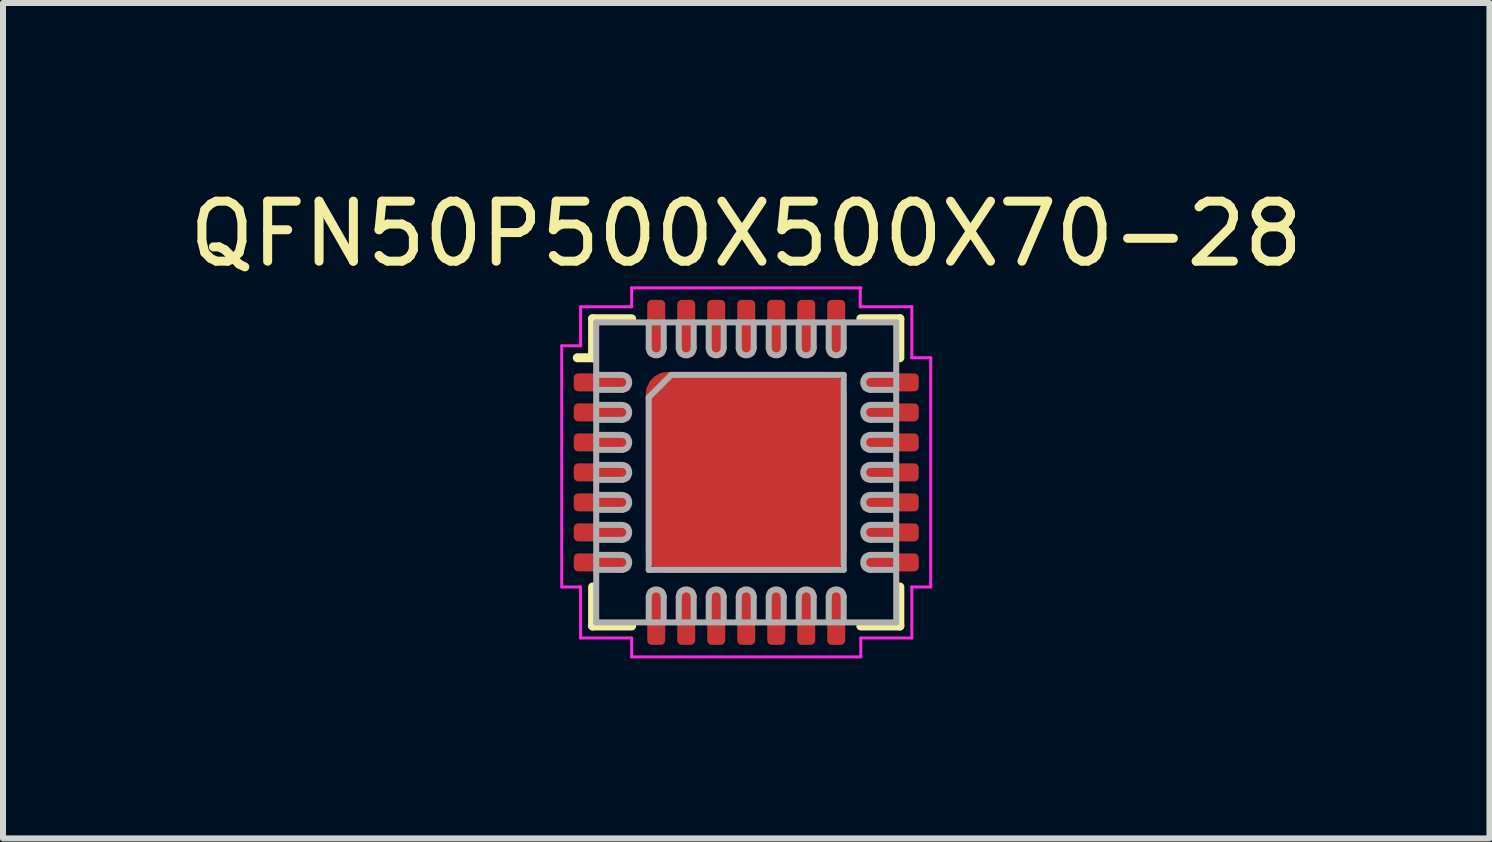
<source format=kicad_pcb>
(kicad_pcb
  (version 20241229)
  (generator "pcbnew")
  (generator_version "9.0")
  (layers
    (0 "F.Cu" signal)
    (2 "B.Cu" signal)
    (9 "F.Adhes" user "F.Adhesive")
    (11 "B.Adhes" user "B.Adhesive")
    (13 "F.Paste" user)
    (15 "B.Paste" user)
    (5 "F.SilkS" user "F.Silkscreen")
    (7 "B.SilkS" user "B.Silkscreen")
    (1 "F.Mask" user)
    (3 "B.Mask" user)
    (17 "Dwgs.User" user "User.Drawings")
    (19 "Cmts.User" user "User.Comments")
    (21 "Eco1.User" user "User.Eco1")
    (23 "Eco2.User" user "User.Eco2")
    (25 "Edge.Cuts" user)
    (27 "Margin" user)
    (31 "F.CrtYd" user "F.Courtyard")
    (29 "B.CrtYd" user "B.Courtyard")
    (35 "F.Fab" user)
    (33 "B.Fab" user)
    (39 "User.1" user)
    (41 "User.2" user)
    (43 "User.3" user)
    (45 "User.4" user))
  (footprint "QFN50P500X500X70-28"
    (layer "F.Cu")
    (at 9.387 4.823)
    (property "Reference" "QFN50P500X500X70-28" (at 0 -3.975 0) (unlocked yes) (layer "F.SilkS") (effects (font (size 1 1) (thickness 0.15))))
    (attr smd)
    (fp_line (start -2.56 -1.91) (end -2.815 -1.91) (stroke (width 0.15) (type default)) (layer "F.SilkS"))
    (fp_line (start -2.56 -1.91) (end -2.56 -2.56) (stroke (width 0.15) (type default)) (layer "F.SilkS"))
    (fp_line (start -2.56 2.56) (end -2.56 1.91) (stroke (width 0.15) (type default)) (layer "F.SilkS"))
    (fp_line (start -2.56 2.56) (end -1.91 2.56) (stroke (width 0.15) (type default)) (layer "F.SilkS"))
    (fp_line (start -1.91 -2.56) (end -2.56 -2.56) (stroke (width 0.15) (type default)) (layer "F.SilkS"))
    (fp_line (start 1.91 -2.56) (end 2.56 -2.56) (stroke (width 0.15) (type default)) (layer "F.SilkS"))
    (fp_line (start 1.91 2.56) (end 2.56 2.56) (stroke (width 0.15) (type default)) (layer "F.SilkS"))
    (fp_line (start 2.56 -1.91) (end 2.56 -2.56) (stroke (width 0.15) (type default)) (layer "F.SilkS"))
    (fp_line (start 2.56 2.56) (end 2.56 1.91) (stroke (width 0.15) (type default)) (layer "F.SilkS"))
    (fp_rect (start -1.475 -0.75) (end -0.775 -1.45) (stroke (width 0.1) (type solid)) (fill yes) (layer "F.Paste"))
    (fp_rect (start -1.45 0.35) (end -0.75 -0.35) (stroke (width 0.1) (type solid)) (fill yes) (layer "F.Paste"))
    (fp_rect (start -1.425 1.45) (end -0.725 0.75) (stroke (width 0.1) (type solid)) (fill yes) (layer "F.Paste"))
    (fp_rect (start -0.375 -0.75) (end 0.325 -1.45) (stroke (width 0.1) (type solid)) (fill yes) (layer "F.Paste"))
    (fp_rect (start -0.35 0.35) (end 0.35 -0.35) (stroke (width 0.1) (type solid)) (fill yes) (layer "F.Paste"))
    (fp_rect (start -0.325 1.45) (end 0.375 0.75) (stroke (width 0.1) (type solid)) (fill yes) (layer "F.Paste"))
    (fp_rect (start 0.725 -0.75) (end 1.425 -1.45) (stroke (width 0.1) (type solid)) (fill yes) (layer "F.Paste"))
    (fp_rect (start 0.75 0.35) (end 1.45 -0.35) (stroke (width 0.1) (type solid)) (fill yes) (layer "F.Paste"))
    (fp_rect (start 0.775 1.45) (end 1.475 0.75) (stroke (width 0.1) (type solid)) (fill yes) (layer "F.Paste"))
    (fp_line (start -3.075 -2.11) (end -3.075 1.91) (stroke (width 0.05) (type default)) (layer "F.CrtYd"))
    (fp_line (start -3.075 -2.11) (end -2.76 -2.11) (stroke (width 0.05) (type default)) (layer "F.CrtYd"))
    (fp_line (start -3.075 1.91) (end -2.76 1.91) (stroke (width 0.05) (type default)) (layer "F.CrtYd"))
    (fp_line (start -2.76 -2.76) (end -2.76 -2.11) (stroke (width 0.05) (type default)) (layer "F.CrtYd"))
    (fp_line (start -2.76 -2.76) (end -1.91 -2.76) (stroke (width 0.05) (type default)) (layer "F.CrtYd"))
    (fp_line (start -2.76 2.76) (end -2.76 1.91) (stroke (width 0.05) (type default)) (layer "F.CrtYd"))
    (fp_line (start -2.76 2.76) (end -1.91 2.76) (stroke (width 0.05) (type default)) (layer "F.CrtYd"))
    (fp_line (start -1.91 -3.075) (end 1.91 -3.075) (stroke (width 0.05) (type default)) (layer "F.CrtYd"))
    (fp_line (start -1.91 -2.76) (end -1.91 -3.075) (stroke (width 0.05) (type default)) (layer "F.CrtYd"))
    (fp_line (start -1.91 2.76) (end -1.91 3.075) (stroke (width 0.05) (type default)) (layer "F.CrtYd"))
    (fp_line (start 1.9 -2.76) (end 1.9 -3.075) (stroke (width 0.05) (type default)) (layer "F.CrtYd"))
    (fp_line (start 1.91 3.075) (end -1.91 3.075) (stroke (width 0.05) (type default)) (layer "F.CrtYd"))
    (fp_line (start 1.91 3.075) (end 1.91 2.76) (stroke (width 0.05) (type default)) (layer "F.CrtYd"))
    (fp_line (start 2.76 -2.76) (end 1.9 -2.76) (stroke (width 0.05) (type default)) (layer "F.CrtYd"))
    (fp_line (start 2.76 -2.76) (end 2.76 -1.91) (stroke (width 0.05) (type default)) (layer "F.CrtYd"))
    (fp_line (start 2.76 1.91) (end 2.76 2.76) (stroke (width 0.05) (type default)) (layer "F.CrtYd"))
    (fp_line (start 2.76 1.91) (end 3.075 1.91) (stroke (width 0.05) (type default)) (layer "F.CrtYd"))
    (fp_line (start 2.76 2.76) (end 1.91 2.76) (stroke (width 0.05) (type default)) (layer "F.CrtYd"))
    (fp_line (start 3.075 -1.91) (end 2.76 -1.91) (stroke (width 0.05) (type default)) (layer "F.CrtYd"))
    (fp_line (start 3.075 -1.91) (end 3.075 1.91) (stroke (width 0.05) (type default)) (layer "F.CrtYd"))
    (fp_line (start -2.5 -2.5) (end 2.5 -2.5) (stroke (width 0.1) (type default)) (layer "F.Fab"))
    (fp_line (start -2.5 -1.625) (end -2.08 -1.625) (stroke (width 0.1) (type default)) (layer "F.Fab"))
    (fp_line (start -2.5 -1.375) (end -2.07 -1.375) (stroke (width 0.1) (type default)) (layer "F.Fab"))
    (fp_line (start -2.5 -1.125) (end -2.08 -1.125) (stroke (width 0.1) (type default)) (layer "F.Fab"))
    (fp_line (start -2.5 -0.875) (end -2.07 -0.875) (stroke (width 0.1) (type default)) (layer "F.Fab"))
    (fp_line (start -2.5 -0.625) (end -2.08 -0.625) (stroke (width 0.1) (type default)) (layer "F.Fab"))
    (fp_line (start -2.5 -0.375) (end -2.07 -0.375) (stroke (width 0.1) (type default)) (layer "F.Fab"))
    (fp_line (start -2.5 -0.125) (end -2.08 -0.125) (stroke (width 0.1) (type default)) (layer "F.Fab"))
    (fp_line (start -2.5 0.125) (end -2.07 0.125) (stroke (width 0.1) (type default)) (layer "F.Fab"))
    (fp_line (start -2.5 0.375) (end -2.08 0.375) (stroke (width 0.1) (type default)) (layer "F.Fab"))
    (fp_line (start -2.5 0.625) (end -2.07 0.625) (stroke (width 0.1) (type default)) (layer "F.Fab"))
    (fp_line (start -2.5 0.875) (end -2.08 0.875) (stroke (width 0.1) (type default)) (layer "F.Fab"))
    (fp_line (start -2.5 1.125) (end -2.07 1.125) (stroke (width 0.1) (type default)) (layer "F.Fab"))
    (fp_line (start -2.5 1.375) (end -2.08 1.375) (stroke (width 0.1) (type default)) (layer "F.Fab"))
    (fp_line (start -2.5 1.625) (end -2.07 1.625) (stroke (width 0.1) (type default)) (layer "F.Fab"))
    (fp_line (start -2.5 2.5) (end -2.5 -2.5) (stroke (width 0.1) (type default)) (layer "F.Fab"))
    (fp_line (start -2.5 2.5) (end 2.5 2.5) (stroke (width 0.1) (type default)) (layer "F.Fab"))
    (fp_line (start -1.625 -2.5) (end -1.625 -2.07) (stroke (width 0.1) (type default)) (layer "F.Fab"))
    (fp_line (start -1.625 -1.25) (end -1.625 1.625) (stroke (width 0.1) (type default)) (layer "F.Fab"))
    (fp_line (start -1.625 -1.25) (end -1.255 -1.62) (stroke (width 0.1) (type default)) (layer "F.Fab"))
    (fp_line (start -1.625 1.625) (end 1.625 1.625) (stroke (width 0.1) (type default)) (layer "F.Fab"))
    (fp_line (start -1.625 2.5) (end -1.625 2.08) (stroke (width 0.1) (type default)) (layer "F.Fab"))
    (fp_line (start -1.375 -2.5) (end -1.375 -2.08) (stroke (width 0.1) (type default)) (layer "F.Fab"))
    (fp_line (start -1.375 2.5) (end -1.375 2.07) (stroke (width 0.1) (type default)) (layer "F.Fab"))
    (fp_line (start -1.25 -1.625) (end 1.625 -1.625) (stroke (width 0.1) (type default)) (layer "F.Fab"))
    (fp_line (start -1.125 -2.5) (end -1.125 -2.07) (stroke (width 0.1) (type default)) (layer "F.Fab"))
    (fp_line (start -1.125 2.5) (end -1.125 2.08) (stroke (width 0.1) (type default)) (layer "F.Fab"))
    (fp_line (start -0.875 -2.5) (end -0.875 -2.08) (stroke (width 0.1) (type default)) (layer "F.Fab"))
    (fp_line (start -0.875 2.5) (end -0.875 2.07) (stroke (width 0.1) (type default)) (layer "F.Fab"))
    (fp_line (start -0.625 -2.5) (end -0.625 -2.07) (stroke (width 0.1) (type default)) (layer "F.Fab"))
    (fp_line (start -0.625 2.5) (end -0.625 2.08) (stroke (width 0.1) (type default)) (layer "F.Fab"))
    (fp_line (start -0.375 -2.5) (end -0.375 -2.08) (stroke (width 0.1) (type default)) (layer "F.Fab"))
    (fp_line (start -0.375 2.5) (end -0.375 2.07) (stroke (width 0.1) (type default)) (layer "F.Fab"))
    (fp_line (start -0.125 -2.5) (end -0.125 -2.07) (stroke (width 0.1) (type default)) (layer "F.Fab"))
    (fp_line (start -0.125 2.5) (end -0.125 2.08) (stroke (width 0.1) (type default)) (layer "F.Fab"))
    (fp_line (start 0.125 -2.5) (end 0.125 -2.08) (stroke (width 0.1) (type default)) (layer "F.Fab"))
    (fp_line (start 0.125 2.5) (end 0.125 2.07) (stroke (width 0.1) (type default)) (layer "F.Fab"))
    (fp_line (start 0.375 -2.5) (end 0.375 -2.07) (stroke (width 0.1) (type default)) (layer "F.Fab"))
    (fp_line (start 0.375 2.5) (end 0.375 2.08) (stroke (width 0.1) (type default)) (layer "F.Fab"))
    (fp_line (start 0.625 -2.5) (end 0.625 -2.08) (stroke (width 0.1) (type default)) (layer "F.Fab"))
    (fp_line (start 0.625 2.5) (end 0.625 2.07) (stroke (width 0.1) (type default)) (layer "F.Fab"))
    (fp_line (start 0.875 -2.5) (end 0.875 -2.07) (stroke (width 0.1) (type default)) (layer "F.Fab"))
    (fp_line (start 0.875 2.5) (end 0.875 2.08) (stroke (width 0.1) (type default)) (layer "F.Fab"))
    (fp_line (start 1.125 -2.5) (end 1.125 -2.08) (stroke (width 0.1) (type default)) (layer "F.Fab"))
    (fp_line (start 1.125 2.5) (end 1.125 2.07) (stroke (width 0.1) (type default)) (layer "F.Fab"))
    (fp_line (start 1.375 -2.5) (end 1.375 -2.07) (stroke (width 0.1) (type default)) (layer "F.Fab"))
    (fp_line (start 1.375 2.5) (end 1.375 2.08) (stroke (width 0.1) (type default)) (layer "F.Fab"))
    (fp_line (start 1.625 -2.5) (end 1.625 -2.08) (stroke (width 0.1) (type default)) (layer "F.Fab"))
    (fp_line (start 1.625 -1.625) (end 1.625 1.625) (stroke (width 0.1) (type default)) (layer "F.Fab"))
    (fp_line (start 1.625 2.5) (end 1.625 2.07) (stroke (width 0.1) (type default)) (layer "F.Fab"))
    (fp_line (start 2.5 -1.625) (end 2.07 -1.625) (stroke (width 0.1) (type default)) (layer "F.Fab"))
    (fp_line (start 2.5 -1.375) (end 2.08 -1.375) (stroke (width 0.1) (type default)) (layer "F.Fab"))
    (fp_line (start 2.5 -1.125) (end 2.07 -1.125) (stroke (width 0.1) (type default)) (layer "F.Fab"))
    (fp_line (start 2.5 -0.875) (end 2.08 -0.875) (stroke (width 0.1) (type default)) (layer "F.Fab"))
    (fp_line (start 2.5 -0.625) (end 2.07 -0.625) (stroke (width 0.1) (type default)) (layer "F.Fab"))
    (fp_line (start 2.5 -0.375) (end 2.08 -0.375) (stroke (width 0.1) (type default)) (layer "F.Fab"))
    (fp_line (start 2.5 -0.125) (end 2.07 -0.125) (stroke (width 0.1) (type default)) (layer "F.Fab"))
    (fp_line (start 2.5 0.125) (end 2.08 0.125) (stroke (width 0.1) (type default)) (layer "F.Fab"))
    (fp_line (start 2.5 0.375) (end 2.07 0.375) (stroke (width 0.1) (type default)) (layer "F.Fab"))
    (fp_line (start 2.5 0.625) (end 2.08 0.625) (stroke (width 0.1) (type default)) (layer "F.Fab"))
    (fp_line (start 2.5 0.875) (end 2.07 0.875) (stroke (width 0.1) (type default)) (layer "F.Fab"))
    (fp_line (start 2.5 1.125) (end 2.08 1.125) (stroke (width 0.1) (type default)) (layer "F.Fab"))
    (fp_line (start 2.5 1.375) (end 2.07 1.375) (stroke (width 0.1) (type default)) (layer "F.Fab"))
    (fp_line (start 2.5 1.625) (end 2.08 1.625) (stroke (width 0.1) (type default)) (layer "F.Fab"))
    (fp_line (start 2.5 2.5) (end 2.5 -2.5) (stroke (width 0.1) (type default)) (layer "F.Fab"))
    (fp_arc (start -2.075 -1.625) (mid -1.95 -1.5) (end -2.075 -1.375) (stroke (width 0.1) (type default)) (layer "F.Fab"))
    (fp_arc (start -2.075 -1.125) (mid -1.95 -1) (end -2.075 -0.875) (stroke (width 0.1) (type default)) (layer "F.Fab"))
    (fp_arc (start -2.075 -0.625) (mid -1.95 -0.5) (end -2.075 -0.375) (stroke (width 0.1) (type default)) (layer "F.Fab"))
    (fp_arc (start -2.075 -0.125) (mid -1.95 0) (end -2.075 0.125) (stroke (width 0.1) (type default)) (layer "F.Fab"))
    (fp_arc (start -2.075 0.375) (mid -1.95 0.5) (end -2.075 0.625) (stroke (width 0.1) (type default)) (layer "F.Fab"))
    (fp_arc (start -2.075 0.875) (mid -1.95 1) (end -2.075 1.125) (stroke (width 0.1) (type default)) (layer "F.Fab"))
    (fp_arc (start -2.075 1.375) (mid -1.95 1.5) (end -2.075 1.625) (stroke (width 0.1) (type default)) (layer "F.Fab"))
    (fp_arc (start -1.625 2.075) (mid -1.5 1.95) (end -1.375 2.075) (stroke (width 0.1) (type default)) (layer "F.Fab"))
    (fp_arc (start -1.375 -2.075) (mid -1.5 -1.95) (end -1.625 -2.075) (stroke (width 0.1) (type default)) (layer "F.Fab"))
    (fp_arc (start -1.125 2.075) (mid -1 1.95) (end -0.875 2.075) (stroke (width 0.1) (type default)) (layer "F.Fab"))
    (fp_arc (start -0.875 -2.075) (mid -1 -1.95) (end -1.125 -2.075) (stroke (width 0.1) (type default)) (layer "F.Fab"))
    (fp_arc (start -0.625 2.075) (mid -0.5 1.95) (end -0.375 2.075) (stroke (width 0.1) (type default)) (layer "F.Fab"))
    (fp_arc (start -0.375 -2.075) (mid -0.5 -1.95) (end -0.625 -2.075) (stroke (width 0.1) (type default)) (layer "F.Fab"))
    (fp_arc (start -0.125 2.075) (mid 0 1.95) (end 0.125 2.075) (stroke (width 0.1) (type default)) (layer "F.Fab"))
    (fp_arc (start 0.125 -2.075) (mid 0 -1.95) (end -0.125 -2.075) (stroke (width 0.1) (type default)) (layer "F.Fab"))
    (fp_arc (start 0.375 2.075) (mid 0.5 1.95) (end 0.625 2.075) (stroke (width 0.1) (type default)) (layer "F.Fab"))
    (fp_arc (start 0.625 -2.075) (mid 0.5 -1.95) (end 0.375 -2.075) (stroke (width 0.1) (type default)) (layer "F.Fab"))
    (fp_arc (start 0.875 2.075) (mid 1 1.95) (end 1.125 2.075) (stroke (width 0.1) (type default)) (layer "F.Fab"))
    (fp_arc (start 1.125 -2.075) (mid 1 -1.95) (end 0.875 -2.075) (stroke (width 0.1) (type default)) (layer "F.Fab"))
    (fp_arc (start 1.375 2.075) (mid 1.5 1.95) (end 1.625 2.075) (stroke (width 0.1) (type default)) (layer "F.Fab"))
    (fp_arc (start 1.625 -2.075) (mid 1.5 -1.95) (end 1.375 -2.075) (stroke (width 0.1) (type default)) (layer "F.Fab"))
    (fp_arc (start 2.075 -1.375) (mid 1.95 -1.5) (end 2.075 -1.625) (stroke (width 0.1) (type default)) (layer "F.Fab"))
    (fp_arc (start 2.075 -0.875) (mid 1.95 -1) (end 2.075 -1.125) (stroke (width 0.1) (type default)) (layer "F.Fab"))
    (fp_arc (start 2.075 -0.375) (mid 1.95 -0.5) (end 2.075 -0.625) (stroke (width 0.1) (type default)) (layer "F.Fab"))
    (fp_arc (start 2.075 0.125) (mid 1.95 0) (end 2.075 -0.125) (stroke (width 0.1) (type default)) (layer "F.Fab"))
    (fp_arc (start 2.075 0.625) (mid 1.95 0.5) (end 2.075 0.375) (stroke (width 0.1) (type default)) (layer "F.Fab"))
    (fp_arc (start 2.075 1.125) (mid 1.95 1) (end 2.075 0.875) (stroke (width 0.1) (type default)) (layer "F.Fab"))
    (fp_arc (start 2.075 1.625) (mid 1.95 1.5) (end 2.075 1.375) (stroke (width 0.1) (type default)) (layer "F.Fab"))
    (fp_line (start -2.5 -2.5) (end -2.5 2.5) (stroke (width 0.1) (type default)) (layer "User.2"))
    (fp_line (start -2.5 2.5) (end 2.5 2.5) (stroke (width 0.1) (type default)) (layer "User.2"))
    (fp_line (start -0.35 0) (end 0.35 0) (stroke (width 0.1) (type default)) (layer "User.2"))
    (fp_line (start 0 0.35) (end 0 -0.35) (stroke (width 0.1) (type default)) (layer "User.2"))
    (fp_line (start 2.5 -2.5) (end -2.5 -2.5) (stroke (width 0.1) (type default)) (layer "User.2"))
    (fp_line (start 2.5 2.5) (end 2.5 -2.5) (stroke (width 0.1) (type default)) (layer "User.2"))
    (fp_circle (center 0 0) (end 0 0.25) (stroke (width 0.1) (type default)) (fill no) (layer "User.2"))
    (fp_text user "${REFERENCE}" (at 0 0 0) (unlocked yes) (layer "User.3") (effects (font (size 1 1) (thickness 0.15))))
    (pad "1" smd roundrect (at -2.4 -1.5) (size 0.95 0.3) (layers "F.Cu" "F.Mask" "F.Paste") (roundrect_rratio 0.25))
    (pad "2" smd roundrect (at -2.4 -1) (size 0.95 0.3) (layers "F.Cu" "F.Mask" "F.Paste") (roundrect_rratio 0.25))
    (pad "3" smd roundrect (at -2.4 -0.5) (size 0.95 0.3) (layers "F.Cu" "F.Mask" "F.Paste") (roundrect_rratio 0.25))
    (pad "4" smd roundrect (at -2.4 0) (size 0.95 0.3) (layers "F.Cu" "F.Mask" "F.Paste") (roundrect_rratio 0.25))
    (pad "5" smd roundrect (at -2.4 0.5) (size 0.95 0.3) (layers "F.Cu" "F.Mask" "F.Paste") (roundrect_rratio 0.25))
    (pad "6" smd roundrect (at -2.4 1) (size 0.95 0.3) (layers "F.Cu" "F.Mask" "F.Paste") (roundrect_rratio 0.25))
    (pad "7" smd roundrect (at -2.4 1.5) (size 0.95 0.3) (layers "F.Cu" "F.Mask" "F.Paste") (roundrect_rratio 0.25))
    (pad "8" smd roundrect (at -1.5 2.4 90) (size 0.95 0.3) (layers "F.Cu" "F.Mask" "F.Paste") (roundrect_rratio 0.25))
    (pad "9" smd roundrect (at -1 2.4 90) (size 0.95 0.3) (layers "F.Cu" "F.Mask" "F.Paste") (roundrect_rratio 0.25))
    (pad "10" smd roundrect (at -0.5 2.4 90) (size 0.95 0.3) (layers "F.Cu" "F.Mask" "F.Paste") (roundrect_rratio 0.25))
    (pad "11" smd roundrect (at 0 2.4 90) (size 0.95 0.3) (layers "F.Cu" "F.Mask" "F.Paste") (roundrect_rratio 0.25))
    (pad "12" smd roundrect (at 0.5 2.4 90) (size 0.95 0.3) (layers "F.Cu" "F.Mask" "F.Paste") (roundrect_rratio 0.25))
    (pad "13" smd roundrect (at 1 2.4 90) (size 0.95 0.3) (layers "F.Cu" "F.Mask" "F.Paste") (roundrect_rratio 0.25))
    (pad "14" smd roundrect (at 1.5 2.4 90) (size 0.95 0.3) (layers "F.Cu" "F.Mask" "F.Paste") (roundrect_rratio 0.25))
    (pad "15" smd roundrect (at 2.4 1.5 180) (size 0.95 0.3) (layers "F.Cu" "F.Mask" "F.Paste") (roundrect_rratio 0.25))
    (pad "16" smd roundrect (at 2.4 1 180) (size 0.95 0.3) (layers "F.Cu" "F.Mask" "F.Paste") (roundrect_rratio 0.25))
    (pad "17" smd roundrect (at 2.4 0.5 180) (size 0.95 0.3) (layers "F.Cu" "F.Mask" "F.Paste") (roundrect_rratio 0.25))
    (pad "18" smd roundrect (at 2.4 0 180) (size 0.95 0.3) (layers "F.Cu" "F.Mask" "F.Paste") (roundrect_rratio 0.25))
    (pad "19" smd roundrect (at 2.4 -0.5 180) (size 0.95 0.3) (layers "F.Cu" "F.Mask" "F.Paste") (roundrect_rratio 0.25))
    (pad "20" smd roundrect (at 2.4 -1 180) (size 0.95 0.3) (layers "F.Cu" "F.Mask" "F.Paste") (roundrect_rratio 0.25))
    (pad "21" smd roundrect (at 2.4 -1.5 180) (size 0.95 0.3) (layers "F.Cu" "F.Mask" "F.Paste") (roundrect_rratio 0.25))
    (pad "22" smd roundrect (at 1.5 -2.4 270) (size 0.95 0.3) (layers "F.Cu" "F.Mask" "F.Paste") (roundrect_rratio 0.25))
    (pad "23" smd roundrect (at 1 -2.4 270) (size 0.95 0.3) (layers "F.Cu" "F.Mask" "F.Paste") (roundrect_rratio 0.25))
    (pad "24" smd roundrect (at 0.5 -2.4 270) (size 0.95 0.3) (layers "F.Cu" "F.Mask" "F.Paste") (roundrect_rratio 0.25))
    (pad "25" smd roundrect (at 0 -2.4 270) (size 0.95 0.3) (layers "F.Cu" "F.Mask" "F.Paste") (roundrect_rratio 0.25))
    (pad "26" smd roundrect (at -0.5 -2.4 270) (size 0.95 0.3) (layers "F.Cu" "F.Mask" "F.Paste") (roundrect_rratio 0.25))
    (pad "27" smd roundrect (at -1 -2.4 270) (size 0.95 0.3) (layers "F.Cu" "F.Mask" "F.Paste") (roundrect_rratio 0.25))
    (pad "28" smd roundrect (at -1.5 -2.4 270) (size 0.95 0.3) (layers "F.Cu" "F.Mask" "F.Paste") (roundrect_rratio 0.25))
    (pad "29" smd roundrect (at 0 0 270) (size 3.35 3.35) (layers "F.Cu" "F.Mask") (roundrect_rratio 0.11)))
  (gr_rect
    (start -3 -3)
    (end 21.774 10.923)
    (stroke (width 0.1) (type default))
    (fill no)
    (layer "Edge.Cuts")))
</source>
